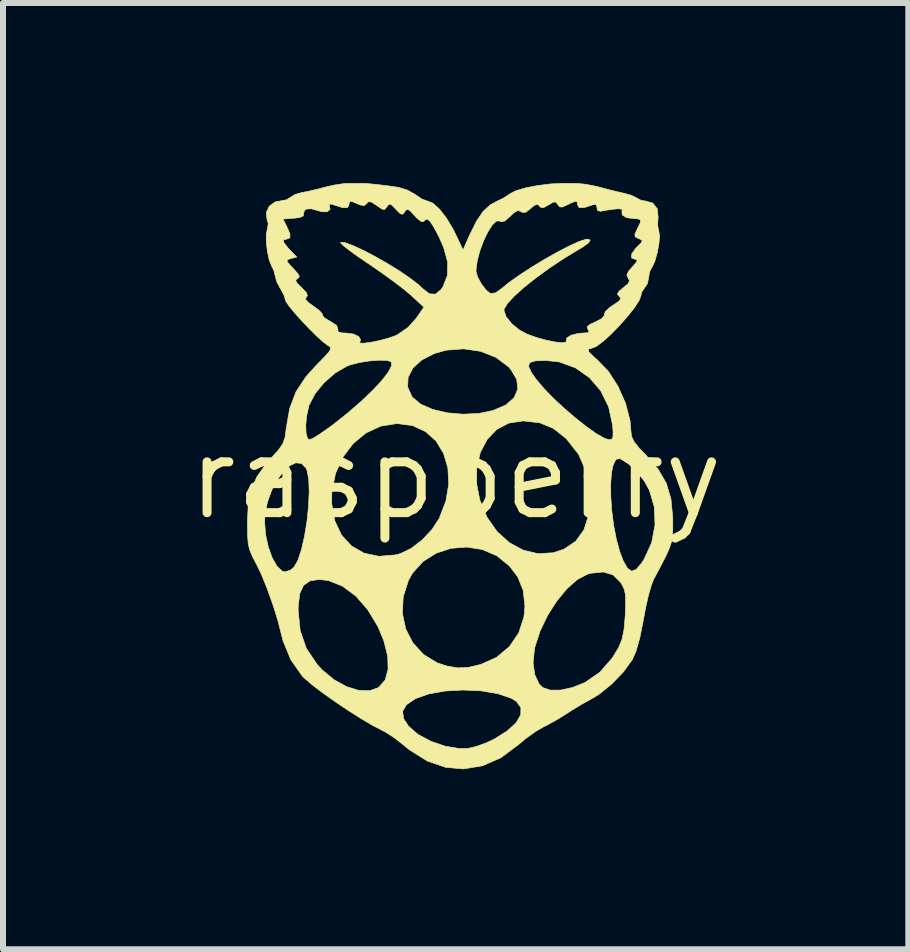
<source format=kicad_pcb>
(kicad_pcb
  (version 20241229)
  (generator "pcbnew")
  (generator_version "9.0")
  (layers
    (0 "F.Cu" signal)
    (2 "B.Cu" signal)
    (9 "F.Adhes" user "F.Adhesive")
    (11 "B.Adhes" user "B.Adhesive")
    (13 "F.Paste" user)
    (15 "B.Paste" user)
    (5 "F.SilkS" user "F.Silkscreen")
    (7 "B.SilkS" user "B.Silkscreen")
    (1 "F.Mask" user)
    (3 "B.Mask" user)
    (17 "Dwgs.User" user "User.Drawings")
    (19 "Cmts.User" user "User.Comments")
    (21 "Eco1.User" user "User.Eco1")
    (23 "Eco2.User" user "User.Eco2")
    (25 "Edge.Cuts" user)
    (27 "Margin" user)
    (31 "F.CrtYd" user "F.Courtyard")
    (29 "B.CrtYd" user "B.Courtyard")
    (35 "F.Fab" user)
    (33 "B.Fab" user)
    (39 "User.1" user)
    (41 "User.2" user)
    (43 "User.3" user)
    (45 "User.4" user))
  (footprint "raspberry"
    (layer "F.Cu")
    (at 4.543 4.913)
    (property "Reference" "raspberry" (at 0 0 0) (layer "F.SilkS") (effects (font (size 1.27 1.27) (thickness 0.15))))
    (attr through_hole)
    (fp_poly (pts (xy -1.474 -4.904) (xy -1.323 -4.89) (xy -1.141 -4.868) (xy -0.953 -4.841) (xy -0.808 -4.797) (xy -0.677 -4.725) (xy -0.664 -4.715) (xy -0.565 -4.648) (xy -0.479 -4.615) (xy -0.471 -4.614) (xy -0.379 -4.577) (xy -0.268 -4.476) (xy -0.151 -4.325) (xy -0.04 -4.139) (xy -0.005 -4.068) (xy 0.123 -3.798) (xy 0.229 -4.039) (xy 0.346 -4.275) (xy 0.458 -4.441) (xy 0.577 -4.55) (xy 0.673 -4.602) (xy 0.794 -4.661) (xy 0.889 -4.722) (xy 0.898 -4.73) (xy 0.997 -4.782) (xy 1.157 -4.831) (xy 1.358 -4.87) (xy 1.578 -4.898) (xy 1.793 -4.908) (xy 1.799 -4.908) (xy 1.901 -4.907) (xy 2.028 -4.906) (xy 2.029 -4.906) (xy 2.153 -4.894) (xy 2.314 -4.864) (xy 2.41 -4.841) (xy 2.575 -4.797) (xy 2.736 -4.758) (xy 2.808 -4.742) (xy 2.925 -4.709) (xy 3.008 -4.669) (xy 3.018 -4.662) (xy 3.096 -4.623) (xy 3.159 -4.614) (xy 3.285 -4.579) (xy 3.36 -4.484) (xy 3.374 -4.342) (xy 3.372 -4.326) (xy 3.366 -4.205) (xy 3.384 -4.112) (xy 3.386 -4.107) (xy 3.398 -4.026) (xy 3.386 -3.896) (xy 3.358 -3.747) (xy 3.319 -3.61) (xy 3.276 -3.515) (xy 3.264 -3.501) (xy 3.229 -3.426) (xy 3.217 -3.341) (xy 3.195 -3.236) (xy 3.154 -3.175) (xy 3.1 -3.094) (xy 3.09 -3.047) (xy 3.061 -2.962) (xy 2.982 -2.839) (xy 2.867 -2.694) (xy 2.732 -2.541) (xy 2.59 -2.395) (xy 2.455 -2.273) (xy 2.341 -2.189) (xy 2.265 -2.159) (xy 2.209 -2.144) (xy 2.222 -2.096) (xy 2.308 -2.011) (xy 2.351 -1.976) (xy 2.541 -1.78) (xy 2.705 -1.526) (xy 2.831 -1.242) (xy 2.906 -0.953) (xy 2.921 -0.772) (xy 2.932 -0.688) (xy 2.973 -0.603) (xy 3.055 -0.499) (xy 3.173 -0.377) (xy 3.375 -0.143) (xy 3.51 0.09) (xy 3.587 0.349) (xy 3.617 0.656) (xy 3.618 0.72) (xy 3.618 0.859) (xy 3.613 0.968) (xy 3.597 1.064) (xy 3.564 1.165) (xy 3.51 1.288) (xy 3.428 1.449) (xy 3.313 1.666) (xy 3.296 1.697) (xy 3.257 1.8) (xy 3.211 1.963) (xy 3.166 2.163) (xy 3.131 2.351) (xy 3.069 2.664) (xy 3.003 2.895) (xy 2.943 3.03) (xy 2.794 3.235) (xy 2.6 3.436) (xy 2.39 3.606) (xy 2.252 3.689) (xy 2.092 3.777) (xy 1.922 3.881) (xy 1.863 3.92) (xy 1.705 4.019) (xy 1.531 4.116) (xy 1.47 4.146) (xy 1.33 4.227) (xy 1.17 4.342) (xy 1.04 4.45) (xy 0.751 4.665) (xy 0.447 4.798) (xy 0.13 4.85) (xy -0.165 4.824) (xy -0.472 4.719) (xy -0.774 4.53) (xy -0.883 4.44) (xy -1.022 4.331) (xy -1.17 4.236) (xy -1.246 4.196) (xy -1.393 4.12) (xy -1.582 4.008) (xy -1.769 3.889) (xy -0.884 3.889) (xy -0.867 4.013) (xy -0.784 4.14) (xy -0.626 4.276) (xy -0.412 4.39) (xy -0.172 4.472) (xy 0.067 4.511) (xy 0.205 4.508) (xy 0.343 4.476) (xy 0.511 4.415) (xy 0.641 4.354) (xy 0.859 4.217) (xy 1.007 4.081) (xy 1.084 3.949) (xy 1.087 3.829) (xy 1.013 3.726) (xy 0.931 3.674) (xy 0.703 3.596) (xy 0.425 3.549) (xy 0.122 3.535) (xy -0.18 3.552) (xy -0.455 3.602) (xy -0.672 3.68) (xy -0.82 3.78) (xy -0.884 3.889) (xy -1.769 3.889) (xy -1.794 3.873) (xy -2.012 3.727) (xy -2.217 3.581) (xy -2.392 3.448) (xy -2.519 3.339) (xy -2.555 3.303) (xy -2.747 3.031) (xy -2.876 2.717) (xy -2.9 2.623) (xy -2.962 2.38) (xy -3.016 2.205) (xy -2.625 2.205) (xy -2.591 2.545) (xy -2.488 2.842) (xy -2.309 3.108) (xy -2.222 3.202) (xy -2.027 3.363) (xy -1.82 3.478) (xy -1.616 3.541) (xy -1.432 3.547) (xy -1.283 3.493) (xy -1.283 3.492) (xy -1.175 3.368) (xy -1.126 3.19) (xy -1.133 2.969) (xy -1.197 2.714) (xy -1.294 2.481) (xy -1.428 2.258) (xy -0.888 2.258) (xy -0.832 2.518) (xy -0.713 2.75) (xy -0.536 2.943) (xy -0.307 3.083) (xy -0.148 3.135) (xy 0.037 3.166) (xy 0.211 3.158) (xy 0.417 3.109) (xy 0.418 3.109) (xy 0.479 3.082) (xy 1.29 3.082) (xy 1.318 3.281) (xy 1.391 3.435) (xy 1.451 3.494) (xy 1.575 3.537) (xy 1.748 3.536) (xy 1.948 3.493) (xy 2.154 3.41) (xy 2.158 3.408) (xy 2.402 3.239) (xy 2.611 3) (xy 2.717 2.825) (xy 2.771 2.693) (xy 2.805 2.531) (xy 2.824 2.316) (xy 2.827 2.265) (xy 2.833 2.078) (xy 2.829 1.951) (xy 2.811 1.862) (xy 2.776 1.786) (xy 2.744 1.736) (xy 2.621 1.616) (xy 2.46 1.568) (xy 2.255 1.589) (xy 2.199 1.604) (xy 2.03 1.692) (xy 1.855 1.846) (xy 1.686 2.051) (xy 1.533 2.29) (xy 1.408 2.549) (xy 1.323 2.81) (xy 1.313 2.854) (xy 1.29 3.082) (xy 0.479 3.082) (xy 0.683 2.99) (xy 0.897 2.81) (xy 1.052 2.581) (xy 1.138 2.315) (xy 1.154 2.137) (xy 1.125 1.874) (xy 1.034 1.65) (xy 0.895 1.467) (xy 0.685 1.297) (xy 0.443 1.194) (xy 0.184 1.153) (xy -0.077 1.174) (xy -0.324 1.255) (xy -0.543 1.393) (xy -0.717 1.585) (xy -0.786 1.706) (xy -0.874 1.983) (xy -0.888 2.258) (xy -1.428 2.258) (xy -1.465 2.197) (xy -1.665 1.968) (xy -1.887 1.804) (xy -2.12 1.711) (xy -2.275 1.693) (xy -2.429 1.717) (xy -2.535 1.792) (xy -2.598 1.928) (xy -2.623 2.132) (xy -2.625 2.205) (xy -3.016 2.205) (xy -3.047 2.108) (xy -3.144 1.838) (xy -3.242 1.597) (xy -3.319 1.439) (xy -3.388 1.308) (xy -3.432 1.202) (xy -3.457 1.096) (xy -3.467 0.962) (xy -3.47 0.774) (xy -3.47 0.741) (xy -3.47 0.735) (xy -3.184 0.735) (xy -3.167 0.948) (xy -3.122 1.152) (xy -3.057 1.333) (xy -2.978 1.472) (xy -2.892 1.553) (xy -2.842 1.566) (xy -2.754 1.537) (xy -2.695 1.489) (xy -2.629 1.375) (xy -2.57 1.197) (xy -2.519 0.974) (xy -2.478 0.726) (xy -2.452 0.472) (xy -2.45 0.428) (xy -2.066 0.428) (xy -2.015 0.715) (xy -1.902 0.953) (xy -1.736 1.135) (xy -1.525 1.255) (xy -1.278 1.307) (xy -1.005 1.284) (xy -0.923 1.263) (xy -0.744 1.177) (xy -0.559 1.035) (xy -0.394 0.859) (xy -0.277 0.681) (xy -0.163 0.388) (xy -0.115 0.102) (xy -0.116 0.096) (xy 0.349 0.096) (xy 0.401 0.365) (xy 0.521 0.653) (xy 0.688 0.893) (xy 0.893 1.078) (xy 1.124 1.204) (xy 1.371 1.263) (xy 1.624 1.248) (xy 1.803 1.189) (xy 2.001 1.056) (xy 2.139 0.863) (xy 2.218 0.611) (xy 2.237 0.303) (xy 2.234 0.238) (xy 2.21 0.096) (xy 2.583 0.096) (xy 2.585 0.312) (xy 2.601 0.546) (xy 2.632 0.787) (xy 2.677 1.021) (xy 2.736 1.235) (xy 2.791 1.379) (xy 2.862 1.506) (xy 2.933 1.555) (xy 3.011 1.524) (xy 3.104 1.412) (xy 3.141 1.354) (xy 3.266 1.08) (xy 3.322 0.784) (xy 3.31 0.487) (xy 3.229 0.208) (xy 3.147 0.059) (xy 3.022 -0.1) (xy 2.879 -0.234) (xy 2.744 -0.318) (xy 2.735 -0.321) (xy 2.673 -0.309) (xy 2.627 -0.227) (xy 2.597 -0.088) (xy 2.583 0.096) (xy 2.21 0.096) (xy 2.176 -0.1) (xy 2.049 -0.392) (xy 1.848 -0.647) (xy 1.831 -0.664) (xy 1.626 -0.825) (xy 1.403 -0.917) (xy 1.137 -0.948) (xy 1.116 -0.948) (xy 0.883 -0.912) (xy 0.684 -0.806) (xy 0.526 -0.641) (xy 0.413 -0.429) (xy 0.352 -0.18) (xy 0.349 0.096) (xy -0.116 0.096) (xy -0.13 -0.166) (xy -0.202 -0.408) (xy -0.326 -0.613) (xy -0.5 -0.77) (xy -0.718 -0.871) (xy -0.976 -0.905) (xy -0.977 -0.905) (xy -1.249 -0.862) (xy -1.496 -0.747) (xy -1.71 -0.57) (xy -1.882 -0.342) (xy -2.002 -0.073) (xy -2.063 0.226) (xy -2.066 0.428) (xy -2.45 0.428) (xy -2.441 0.233) (xy -2.448 0.029) (xy -2.476 -0.121) (xy -2.491 -0.159) (xy -2.568 -0.24) (xy -2.663 -0.251) (xy -2.768 -0.201) (xy -2.875 -0.101) (xy -2.978 0.04) (xy -3.067 0.211) (xy -3.136 0.403) (xy -3.177 0.605) (xy -3.184 0.735) (xy -3.47 0.735) (xy -3.456 0.44) (xy -3.406 0.194) (xy -3.31 -0.022) (xy -3.16 -0.233) (xy -3.056 -0.35) (xy -2.944 -0.475) (xy -2.878 -0.574) (xy -2.843 -0.678) (xy -2.824 -0.82) (xy -2.822 -0.831) (xy -2.814 -0.882) (xy -2.498 -0.882) (xy -2.493 -0.749) (xy -2.47 -0.66) (xy -2.437 -0.635) (xy -2.378 -0.659) (xy -2.272 -0.725) (xy -2.134 -0.82) (xy -2.045 -0.885) (xy -1.8 -1.079) (xy -1.578 -1.272) (xy -1.386 -1.455) (xy -1.33 -1.515) (xy -0.8 -1.515) (xy -0.73 -1.357) (xy -0.719 -1.342) (xy -0.582 -1.228) (xy -0.383 -1.141) (xy -0.142 -1.084) (xy 0.122 -1.061) (xy 0.39 -1.074) (xy 0.624 -1.123) (xy 0.835 -1.214) (xy 0.973 -1.335) (xy 1.035 -1.479) (xy 1.018 -1.639) (xy 0.921 -1.805) (xy 0.88 -1.851) (xy 0.87 -1.859) (xy 1.214 -1.859) (xy 1.262 -1.755) (xy 1.344 -1.639) (xy 1.47 -1.49) (xy 1.63 -1.325) (xy 1.812 -1.156) (xy 2.001 -0.994) (xy 2.184 -0.85) (xy 2.348 -0.734) (xy 2.479 -0.66) (xy 2.556 -0.636) (xy 2.601 -0.644) (xy 2.621 -0.682) (xy 2.623 -0.771) (xy 2.614 -0.881) (xy 2.549 -1.184) (xy 2.417 -1.451) (xy 2.229 -1.67) (xy 1.995 -1.834) (xy 1.724 -1.932) (xy 1.503 -1.956) (xy 1.33 -1.95) (xy 1.235 -1.921) (xy 1.214 -1.859) (xy 0.87 -1.859) (xy 0.671 -2.008) (xy 0.416 -2.109) (xy 0.134 -2.15) (xy -0.157 -2.128) (xy -0.356 -2.072) (xy -0.565 -1.965) (xy -0.712 -1.83) (xy -0.792 -1.676) (xy -0.8 -1.515) (xy -1.33 -1.515) (xy -1.231 -1.621) (xy -1.123 -1.761) (xy -1.067 -1.868) (xy -1.072 -1.932) (xy -1.073 -1.934) (xy -1.143 -1.957) (xy -1.271 -1.961) (xy -1.431 -1.949) (xy -1.6 -1.923) (xy -1.752 -1.884) (xy -1.814 -1.861) (xy -2.01 -1.746) (xy -2.195 -1.584) (xy -2.346 -1.398) (xy -2.442 -1.212) (xy -2.447 -1.195) (xy -2.482 -1.038) (xy -2.498 -0.882) (xy -2.814 -0.882) (xy -2.766 -1.157) (xy -2.661 -1.434) (xy -2.494 -1.687) (xy -2.325 -1.874) (xy -2.194 -2.007) (xy -2.116 -2.093) (xy -2.084 -2.146) (xy -2.089 -2.179) (xy -2.124 -2.205) (xy -2.131 -2.208) (xy -2.207 -2.264) (xy -2.315 -2.362) (xy -2.441 -2.487) (xy -2.571 -2.623) (xy -2.688 -2.755) (xy -2.78 -2.868) (xy -2.831 -2.944) (xy -2.837 -2.963) (xy -2.859 -3.04) (xy -2.913 -3.142) (xy -2.921 -3.154) (xy -2.978 -3.26) (xy -3.005 -3.35) (xy -3.005 -3.356) (xy -3.028 -3.45) (xy -3.065 -3.526) (xy -3.106 -3.627) (xy -3.137 -3.77) (xy -3.155 -3.924) (xy -3.157 -4.059) (xy -3.138 -4.143) (xy -3.137 -4.145) (xy -3.123 -4.237) (xy -3.143 -4.302) (xy -3.144 -4.313) (xy -2.878 -4.313) (xy -2.815 -4.191) (xy -2.762 -4.067) (xy -2.762 -4) (xy -2.815 -3.979) (xy -2.815 -3.979) (xy -2.869 -3.966) (xy -2.863 -3.92) (xy -2.794 -3.832) (xy -2.763 -3.8) (xy -2.648 -3.68) (xy -2.745 -3.655) (xy -2.801 -3.636) (xy -2.81 -3.609) (xy -2.769 -3.555) (xy -2.705 -3.488) (xy -2.626 -3.399) (xy -2.604 -3.35) (xy -2.633 -3.322) (xy -2.636 -3.321) (xy -2.667 -3.295) (xy -2.645 -3.248) (xy -2.569 -3.172) (xy -2.487 -3.087) (xy -2.47 -3.035) (xy -2.489 -3.013) (xy -2.503 -2.977) (xy -2.45 -2.919) (xy -2.371 -2.863) (xy -2.275 -2.791) (xy -2.223 -2.734) (xy -2.219 -2.715) (xy -2.199 -2.677) (xy -2.122 -2.626) (xy -2.09 -2.609) (xy -1.984 -2.541) (xy -1.962 -2.478) (xy -1.963 -2.475) (xy -1.96 -2.434) (xy -1.897 -2.416) (xy -1.824 -2.413) (xy -1.703 -2.397) (xy -1.616 -2.355) (xy -1.583 -2.301) (xy -1.598 -2.266) (xy -1.59 -2.245) (xy -1.521 -2.245) (xy -1.409 -2.26) (xy -1.275 -2.287) (xy -1.138 -2.323) (xy -1.018 -2.364) (xy -0.974 -2.383) (xy -0.795 -2.506) (xy -0.656 -2.661) (xy -0.529 -2.845) (xy -0.746 -3.045) (xy -0.865 -3.145) (xy -1.034 -3.274) (xy -1.232 -3.417) (xy -1.437 -3.559) (xy -1.465 -3.577) (xy -1.639 -3.696) (xy -1.781 -3.799) (xy -1.878 -3.876) (xy -1.919 -3.92) (xy -1.917 -3.926) (xy -1.84 -3.918) (xy -1.708 -3.87) (xy -1.537 -3.791) (xy -1.342 -3.689) (xy -1.137 -3.572) (xy -0.939 -3.45) (xy -0.762 -3.329) (xy -0.62 -3.22) (xy -0.554 -3.157) (xy -0.439 -3.068) (xy -0.337 -3.061) (xy -0.243 -3.138) (xy -0.211 -3.186) (xy -0.137 -3.376) (xy -0.136 -3.442) (xy 0.339 -3.442) (xy 0.365 -3.349) (xy 0.428 -3.233) (xy 0.507 -3.129) (xy 0.579 -3.072) (xy 0.663 -3.082) (xy 0.758 -3.148) (xy 0.887 -3.254) (xy 1.061 -3.377) (xy 1.263 -3.509) (xy 1.479 -3.64) (xy 1.693 -3.761) (xy 1.89 -3.863) (xy 2.054 -3.938) (xy 2.17 -3.976) (xy 2.197 -3.979) (xy 2.243 -3.963) (xy 2.215 -3.917) (xy 2.119 -3.847) (xy 2.063 -3.814) (xy 1.812 -3.662) (xy 1.566 -3.499) (xy 1.338 -3.333) (xy 1.137 -3.173) (xy 0.975 -3.027) (xy 0.861 -2.904) (xy 0.807 -2.812) (xy 0.804 -2.793) (xy 0.84 -2.686) (xy 0.935 -2.568) (xy 1.067 -2.461) (xy 1.196 -2.393) (xy 1.353 -2.337) (xy 1.514 -2.293) (xy 1.66 -2.264) (xy 1.774 -2.252) (xy 1.838 -2.261) (xy 1.843 -2.284) (xy 1.852 -2.332) (xy 1.924 -2.377) (xy 2.035 -2.406) (xy 2.119 -2.413) (xy 2.207 -2.419) (xy 2.223 -2.444) (xy 2.205 -2.471) (xy 2.19 -2.515) (xy 2.232 -2.555) (xy 2.326 -2.598) (xy 2.434 -2.654) (xy 2.476 -2.707) (xy 2.475 -2.719) (xy 2.495 -2.773) (xy 2.573 -2.844) (xy 2.621 -2.876) (xy 2.719 -2.943) (xy 2.752 -2.987) (xy 2.729 -3.022) (xy 2.725 -3.025) (xy 2.695 -3.063) (xy 2.721 -3.109) (xy 2.794 -3.169) (xy 2.877 -3.239) (xy 2.896 -3.29) (xy 2.875 -3.328) (xy 2.852 -3.38) (xy 2.881 -3.444) (xy 2.944 -3.515) (xy 3.013 -3.596) (xy 3.024 -3.633) (xy 2.992 -3.641) (xy 2.931 -3.665) (xy 2.933 -3.73) (xy 2.997 -3.822) (xy 3.029 -3.854) (xy 3.098 -3.923) (xy 3.108 -3.958) (xy 3.063 -3.982) (xy 3.048 -3.988) (xy 2.992 -4.016) (xy 2.986 -4.059) (xy 3.025 -4.146) (xy 3.076 -4.251) (xy 3.079 -4.301) (xy 3.031 -4.317) (xy 2.974 -4.319) (xy 2.849 -4.336) (xy 2.776 -4.38) (xy 2.77 -4.439) (xy 2.773 -4.445) (xy 2.773 -4.477) (xy 2.708 -4.484) (xy 2.641 -4.478) (xy 2.517 -4.461) (xy 2.424 -4.444) (xy 2.413 -4.442) (xy 2.362 -4.456) (xy 2.356 -4.501) (xy 2.34 -4.556) (xy 2.299 -4.554) (xy 2.147 -4.505) (xy 2.06 -4.502) (xy 2.032 -4.545) (xy 2.032 -4.546) (xy 2.025 -4.599) (xy 1.99 -4.608) (xy 1.909 -4.574) (xy 1.863 -4.551) (xy 1.775 -4.512) (xy 1.729 -4.518) (xy 1.702 -4.556) (xy 1.668 -4.598) (xy 1.621 -4.592) (xy 1.548 -4.549) (xy 1.463 -4.502) (xy 1.416 -4.507) (xy 1.396 -4.532) (xy 1.359 -4.561) (xy 1.303 -4.535) (xy 1.252 -4.491) (xy 1.168 -4.426) (xy 1.108 -4.424) (xy 1.088 -4.438) (xy 1.036 -4.455) (xy 0.968 -4.416) (xy 0.91 -4.36) (xy 0.821 -4.282) (xy 0.76 -4.267) (xy 0.735 -4.28) (xy 0.68 -4.28) (xy 0.611 -4.215) (xy 0.537 -4.099) (xy 0.465 -3.95) (xy 0.403 -3.783) (xy 0.359 -3.615) (xy 0.339 -3.461) (xy 0.339 -3.442) (xy -0.136 -3.442) (xy -0.133 -3.593) (xy -0.201 -3.842) (xy -0.278 -4.016) (xy -0.366 -4.183) (xy -0.43 -4.279) (xy -0.478 -4.313) (xy -0.518 -4.292) (xy -0.531 -4.272) (xy -0.574 -4.271) (xy -0.65 -4.333) (xy -0.682 -4.367) (xy -0.759 -4.451) (xy -0.805 -4.476) (xy -0.838 -4.451) (xy -0.848 -4.434) (xy -0.883 -4.392) (xy -0.923 -4.402) (xy -0.992 -4.471) (xy -0.997 -4.477) (xy -1.068 -4.549) (xy -1.109 -4.562) (xy -1.143 -4.523) (xy -1.145 -4.519) (xy -1.18 -4.475) (xy -1.223 -4.477) (xy -1.302 -4.529) (xy -1.316 -4.539) (xy -1.405 -4.597) (xy -1.455 -4.601) (xy -1.481 -4.573) (xy -1.524 -4.536) (xy -1.595 -4.549) (xy -1.629 -4.564) (xy -1.725 -4.604) (xy -1.767 -4.605) (xy -1.778 -4.564) (xy -1.778 -4.546) (xy -1.803 -4.503) (xy -1.885 -4.503) (xy -2.029 -4.548) (xy -2.056 -4.558) (xy -2.107 -4.565) (xy -2.105 -4.545) (xy -2.093 -4.474) (xy -2.143 -4.433) (xy -2.235 -4.435) (xy -2.261 -4.443) (xy -2.406 -4.484) (xy -2.5 -4.478) (xy -2.533 -4.427) (xy -2.531 -4.413) (xy -2.54 -4.364) (xy -2.601 -4.338) (xy -2.699 -4.326) (xy -2.878 -4.313) (xy -3.144 -4.313) (xy -3.157 -4.421) (xy -3.105 -4.529) (xy -3.005 -4.6) (xy -2.925 -4.614) (xy -2.82 -4.634) (xy -2.755 -4.673) (xy -2.681 -4.721) (xy -2.57 -4.753) (xy -2.452 -4.776) (xy -2.295 -4.813) (xy -2.192 -4.841) (xy -2.027 -4.879) (xy -1.868 -4.903) (xy -1.79 -4.907) (xy -1.667 -4.906) (xy -1.575 -4.908) (xy -1.566 -4.908) (xy -1.474 -4.904)) (stroke (width 0.01) (type solid)) (fill yes) (layer "F.SilkS")))
  (gr_rect
    (start -3 -3)
    (end 12.086 12.768)
    (stroke (width 0.1) (type default))
    (fill no)
    (layer "Edge.Cuts")))
</source>
